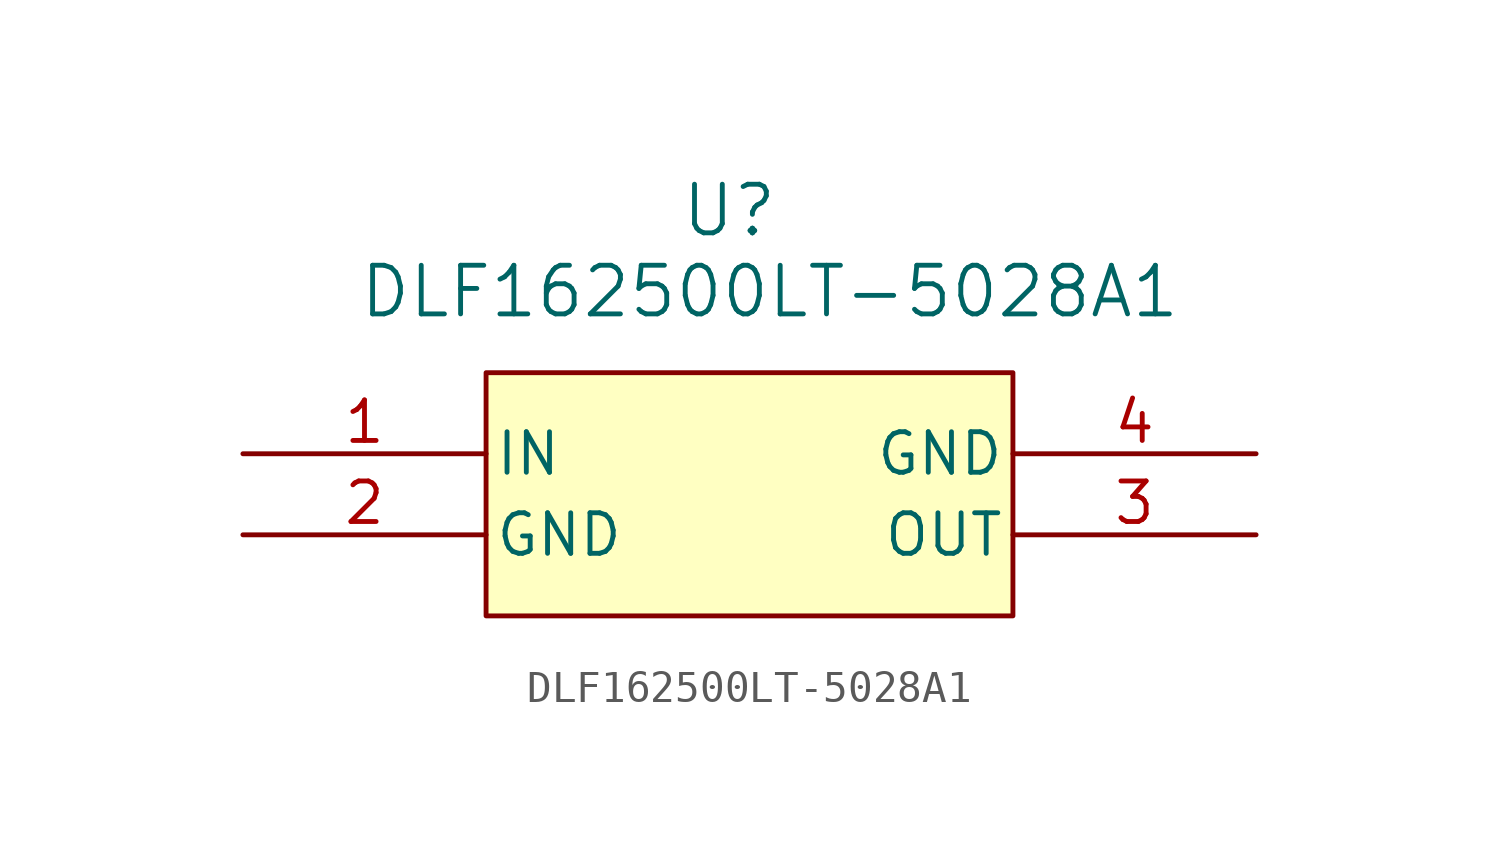
<source format=kicad_sym>
(kicad_symbol_lib
  (version 20220914)
  (generator kicad_symbol_editor)
  (symbol "DLF162500LT-5028A1"
    (pin_names
      (offset 0.254))
    (property "Reference" "U"
      (at 15.24 7.62 0)
      (effects (font (size 1.524 1.524))))
    (property "Value" "DLF162500LT-5028A1"
      (at 16.51 5.08 0)
      (effects (font (size 1.524 1.524))))
    (property "ki_locked" ""
      (at 0 0 0)
      (effects (font (size 1.27 1.27))))
    (symbol "DLF162500LT-5028A1_0_1"
      (pin input line (at 0 0 0) (length 7.62) (name "IN" (effects (font (size 1.27 1.27)))) (number "1" (effects (font (size 1.27 1.27)))))
      (pin power_in line (at 0 -2.54 0) (length 7.62) (name "GND" (effects (font (size 1.27 1.27)))) (number "2" (effects (font (size 1.27 1.27)))))
      (pin output line (at 31.75 -2.54 180) (length 7.62) (name "OUT" (effects (font (size 1.27 1.27)))) (number "3" (effects (font (size 1.27 1.27)))))
      (pin power_in line (at 31.75 0 180) (length 7.62) (name "GND" (effects (font (size 1.27 1.27)))) (number "4" (effects (font (size 1.27 1.27))))))
    (symbol "DLF162500LT-5028A1_1_1"
      (rectangle (start 7.62 2.54) (end 24.13 -5.08) (stroke (width 0) (type default)) (fill (type background))))))
</source>
